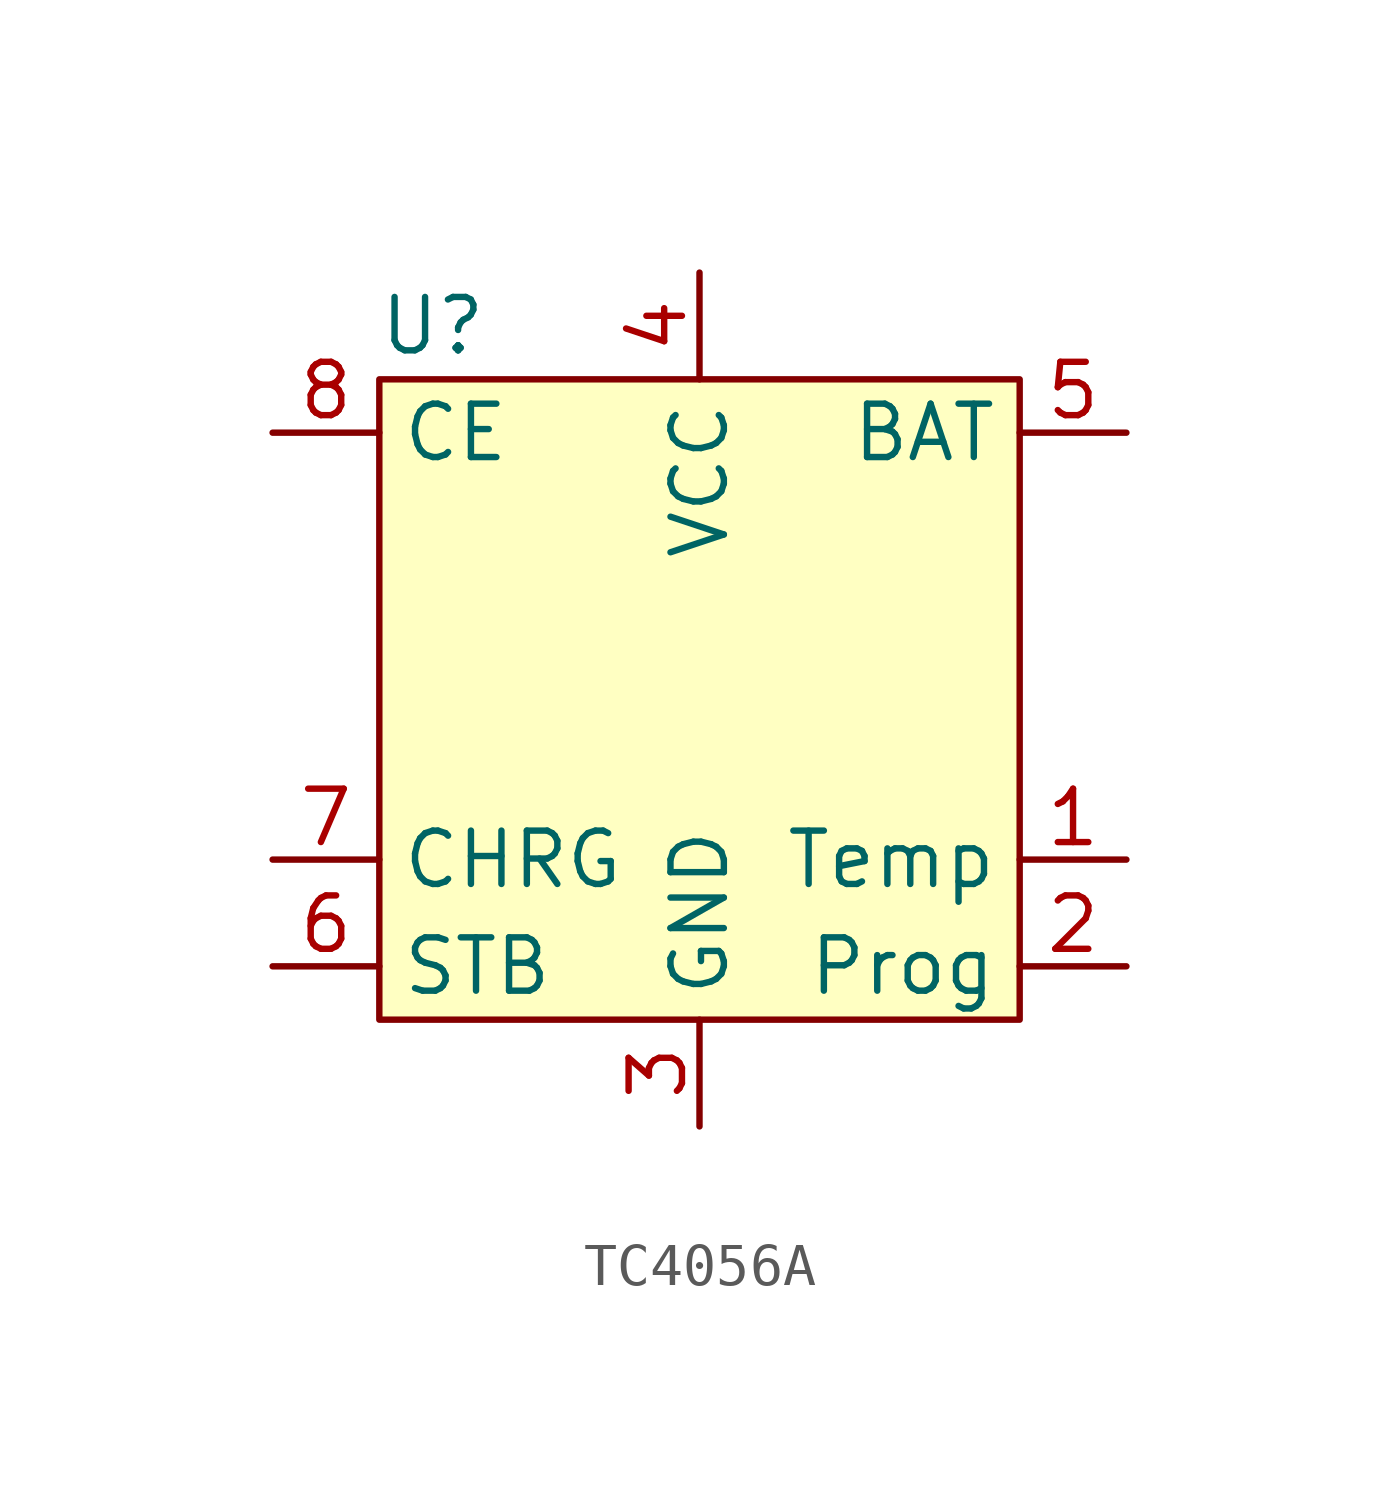
<source format=kicad_sym>
(kicad_symbol_lib
  (version 20231120)
  (generator "kicad_symbol_editor")
  (generator_version "8.0")
  (symbol "TC4056A"
    (property "Reference" "U"
      (at 1.27 1.27 0)
      (effects (font (size 1.27 1.27))))
    (property "Value" ""
      (at 0 0 0)
      (effects (font (size 1.27 1.27))))
    (symbol "TC4056A_1_1"
      (rectangle (start 0 0) (end 15.24 -15.24) (stroke (width 0) (type default)) (fill (type background)))
      (pin input line (at 17.78 -11.43 180) (length 2.54) (name "Temp" (effects (font (size 1.27 1.27)))) (number "1" (effects (font (size 1.27 1.27)))))
      (pin passive line (at 17.78 -13.97 180) (length 2.54) (name "Prog" (effects (font (size 1.27 1.27)))) (number "2" (effects (font (size 1.27 1.27)))))
      (pin power_in line (at 7.62 -17.78 90) (length 2.54) (name "GND" (effects (font (size 1.27 1.27)))) (number "3" (effects (font (size 1.27 1.27)))))
      (pin power_in line (at 7.62 2.54 270) (length 2.54) (name "VCC" (effects (font (size 1.27 1.27)))) (number "4" (effects (font (size 1.27 1.27)))))
      (pin bidirectional line (at 17.78 -1.27 180) (length 2.54) (name "BAT" (effects (font (size 1.27 1.27)))) (number "5" (effects (font (size 1.27 1.27)))))
      (pin open_collector line (at -2.54 -13.97 0) (length 2.54) (name "STB" (effects (font (size 1.27 1.27)))) (number "6" (effects (font (size 1.27 1.27)))))
      (pin open_collector line (at -2.54 -11.43 0) (length 2.54) (name "CHRG" (effects (font (size 1.27 1.27)))) (number "7" (effects (font (size 1.27 1.27)))))
      (pin input line (at -2.54 -1.27 0) (length 2.54) (name "CE" (effects (font (size 1.27 1.27)))) (number "8" (effects (font (size 1.27 1.27))))))))
</source>
